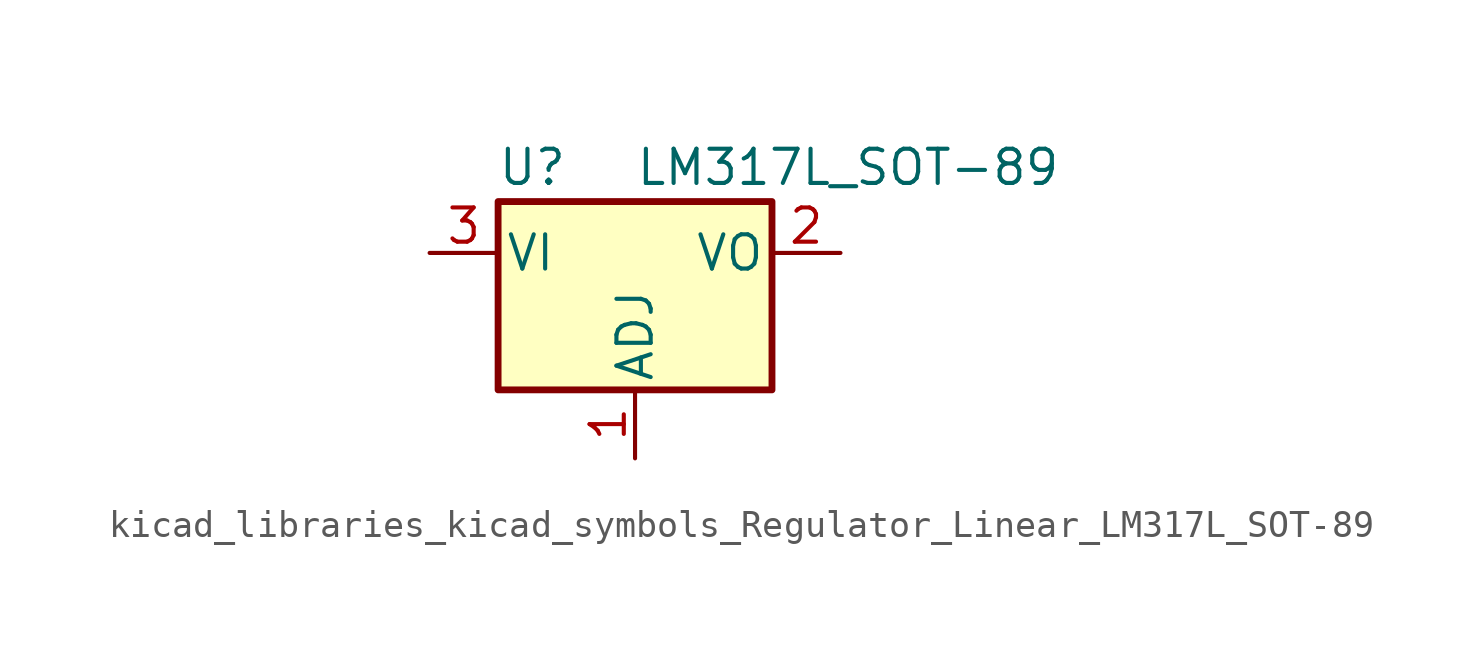
<source format=kicad_sym>
(kicad_symbol_lib
  (version 20220914)
  (generator kicad_symbol_editor)
  (symbol "kicad_libraries_kicad_symbols_Regulator_Linear_LM317L_SOT-89"
    (pin_names
      (offset 0.254))
    (property "Reference" "U"
      (at -3.81 3.175 0)
      (effects (font (size 1.27 1.27))))
    (property "Value" "LM317L_SOT-89"
      (at 0 3.175 0)
      (effects (font (size 1.27 1.27)) (justify left)))
    (symbol "kicad_libraries_kicad_symbols_Regulator_Linear_LM317L_SOT-89_0_1"
      (rectangle (start -5.08 1.905) (end 5.08 -5.08) (stroke (width 0.254) (type default)) (fill (type background))))
    (symbol "kicad_libraries_kicad_symbols_Regulator_Linear_LM317L_SOT-89_1_1"
      (pin input line (at 0 -7.62 90) (length 2.54) (name "ADJ" (effects (font (size 1.27 1.27)))) (number "1" (effects (font (size 1.27 1.27)))))
      (pin power_out line (at 7.62 0 180) (length 2.54) (name "VO" (effects (font (size 1.27 1.27)))) (number "2" (effects (font (size 1.27 1.27)))))
      (pin power_in line (at -7.62 0 0) (length 2.54) (name "VI" (effects (font (size 1.27 1.27)))) (number "3" (effects (font (size 1.27 1.27))))))))
</source>
